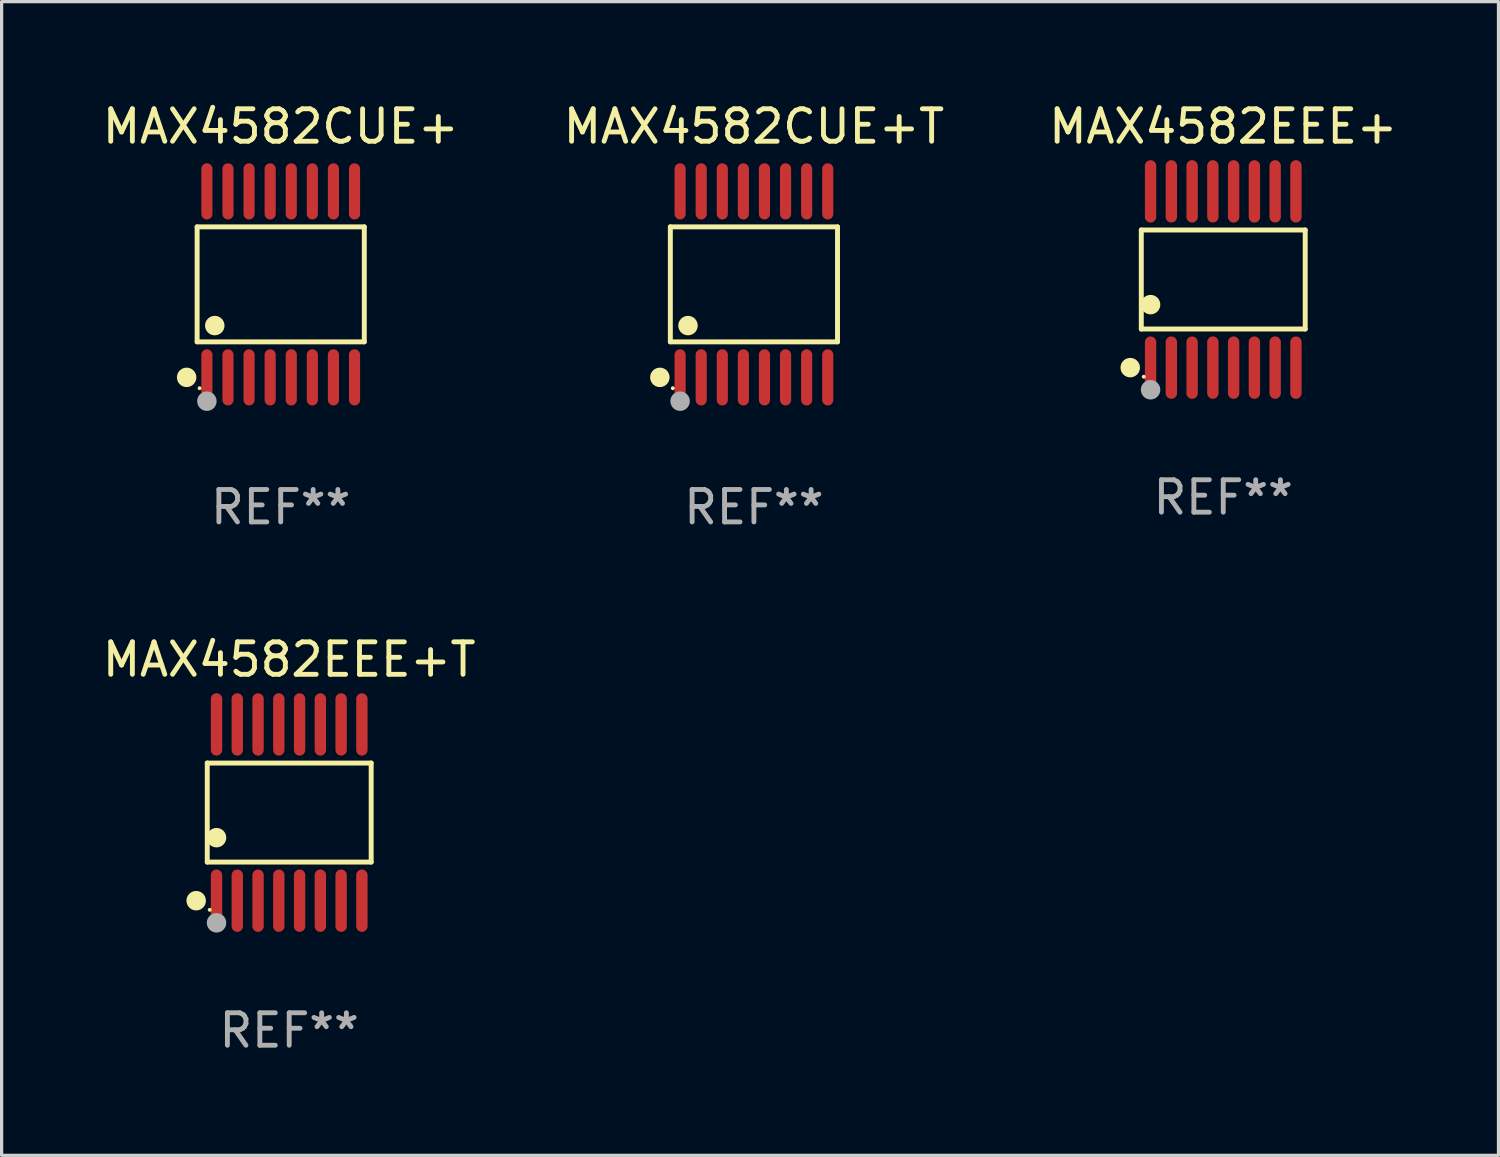
<source format=kicad_pcb>
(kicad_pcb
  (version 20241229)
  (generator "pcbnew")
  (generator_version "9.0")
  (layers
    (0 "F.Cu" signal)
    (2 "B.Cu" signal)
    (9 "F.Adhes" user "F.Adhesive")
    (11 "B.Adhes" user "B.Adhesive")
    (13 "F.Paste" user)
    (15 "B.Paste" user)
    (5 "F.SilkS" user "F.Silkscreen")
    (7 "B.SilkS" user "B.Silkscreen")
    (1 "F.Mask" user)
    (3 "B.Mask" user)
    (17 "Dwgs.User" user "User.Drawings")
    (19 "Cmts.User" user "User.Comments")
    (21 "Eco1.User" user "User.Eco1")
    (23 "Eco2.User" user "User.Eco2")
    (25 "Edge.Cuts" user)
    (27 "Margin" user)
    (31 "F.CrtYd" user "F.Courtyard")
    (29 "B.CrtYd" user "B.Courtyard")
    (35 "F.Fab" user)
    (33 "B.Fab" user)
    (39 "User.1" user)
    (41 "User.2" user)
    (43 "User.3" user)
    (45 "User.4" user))
  (footprint "MAX4582CUE+T"
    (layer "F.Cu")
    (at 20.185 5.714)
    (property "Reference" "MAX4582CUE+T" (at 0 -4.866 0) (layer "F.SilkS") (effects (font (size 1 1) (thickness 0.15))))
    (attr through_hole)
    (fp_line (start -2.576 -1.772) (end 2.576 -1.772) (stroke (width 0.152) (type solid)) (layer "F.SilkS"))
    (fp_line (start -2.576 1.771) (end -2.576 -1.772) (stroke (width 0.152) (type solid)) (layer "F.SilkS"))
    (fp_line (start 2.576 -1.772) (end 2.576 1.771) (stroke (width 0.152) (type solid)) (layer "F.SilkS"))
    (fp_line (start 2.576 1.771) (end -2.576 1.771) (stroke (width 0.152) (type solid)) (layer "F.SilkS"))
    (fp_circle (center -2.899 2.866) (end -2.749 2.866) (stroke (width 0.3) (type solid)) (fill no) (layer "F.SilkS"))
    (fp_circle (center -2.5 3.2) (end -2.47 3.2) (stroke (width 0.06) (type solid)) (fill no) (layer "F.SilkS"))
    (fp_circle (center -2.032 1.27) (end -1.882 1.27) (stroke (width 0.3) (type solid)) (fill no) (layer "F.SilkS"))
    (fp_circle (center -2.275 3.6) (end -2.125 3.6) (stroke (width 0.3) (type solid)) (fill no) (layer "F.Fab"))
    (fp_text user "REF**" (at 0 6.866 0) (layer "F.Fab") (effects (font (size 1 1) (thickness 0.15))))
    (pad "1" smd oval (at -2.275 2.866) (size 0.343 1.731) (layers "F.Cu" "F.Mask" "F.Paste"))
    (pad "2" smd oval (at -1.625 2.866) (size 0.343 1.731) (layers "F.Cu" "F.Mask" "F.Paste"))
    (pad "3" smd oval (at -0.975 2.866) (size 0.343 1.731) (layers "F.Cu" "F.Mask" "F.Paste"))
    (pad "4" smd oval (at -0.325 2.866) (size 0.343 1.731) (layers "F.Cu" "F.Mask" "F.Paste"))
    (pad "5" smd oval (at 0.325 2.866) (size 0.343 1.731) (layers "F.Cu" "F.Mask" "F.Paste"))
    (pad "6" smd oval (at 0.975 2.866) (size 0.343 1.731) (layers "F.Cu" "F.Mask" "F.Paste"))
    (pad "7" smd oval (at 1.625 2.866) (size 0.343 1.731) (layers "F.Cu" "F.Mask" "F.Paste"))
    (pad "8" smd oval (at 2.275 2.866) (size 0.343 1.731) (layers "F.Cu" "F.Mask" "F.Paste"))
    (pad "9" smd oval (at 2.275 -2.866) (size 0.343 1.731) (layers "F.Cu" "F.Mask" "F.Paste"))
    (pad "10" smd oval (at 1.625 -2.866) (size 0.343 1.731) (layers "F.Cu" "F.Mask" "F.Paste"))
    (pad "11" smd oval (at 0.975 -2.866) (size 0.343 1.731) (layers "F.Cu" "F.Mask" "F.Paste"))
    (pad "12" smd oval (at 0.325 -2.866) (size 0.343 1.731) (layers "F.Cu" "F.Mask" "F.Paste"))
    (pad "13" smd oval (at -0.325 -2.866) (size 0.343 1.731) (layers "F.Cu" "F.Mask" "F.Paste"))
    (pad "14" smd oval (at -0.975 -2.866) (size 0.343 1.731) (layers "F.Cu" "F.Mask" "F.Paste"))
    (pad "15" smd oval (at -1.625 -2.866) (size 0.343 1.731) (layers "F.Cu" "F.Mask" "F.Paste"))
    (pad "16" smd oval (at -2.275 -2.866) (size 0.343 1.731) (layers "F.Cu" "F.Mask" "F.Paste")))
  (footprint "MAX4582EEE+"
    (layer "F.Cu")
    (at 34.649 5.564)
    (property "Reference" "MAX4582EEE+" (at 0 -4.716 0) (layer "F.SilkS") (effects (font (size 1 1) (thickness 0.15))))
    (attr through_hole)
    (fp_line (start -2.526 -1.526) (end 2.526 -1.526) (stroke (width 0.152) (type solid)) (layer "F.SilkS"))
    (fp_line (start -2.526 1.526) (end -2.526 -1.526) (stroke (width 0.152) (type solid)) (layer "F.SilkS"))
    (fp_line (start 2.526 -1.526) (end 2.526 1.526) (stroke (width 0.152) (type solid)) (layer "F.SilkS"))
    (fp_line (start 2.526 1.526) (end -2.526 1.526) (stroke (width 0.152) (type solid)) (layer "F.SilkS"))
    (fp_circle (center -2.867 2.716) (end -2.717 2.716) (stroke (width 0.3) (type solid)) (fill no) (layer "F.SilkS"))
    (fp_circle (center -2.45 2.997) (end -2.42 2.997) (stroke (width 0.06) (type solid)) (fill no) (layer "F.SilkS"))
    (fp_circle (center -2.24 0.774) (end -2.09 0.774) (stroke (width 0.3) (type solid)) (fill no) (layer "F.SilkS"))
    (fp_circle (center -2.24 3.398) (end -2.09 3.398) (stroke (width 0.3) (type solid)) (fill no) (layer "F.Fab"))
    (fp_text user "REF**" (at 0 6.716 0) (layer "F.Fab") (effects (font (size 1 1) (thickness 0.15))))
    (pad "1" smd oval (at -2.24 2.716) (size 0.35 1.922) (layers "F.Cu" "F.Mask" "F.Paste"))
    (pad "2" smd oval (at -1.6 2.716) (size 0.35 1.922) (layers "F.Cu" "F.Mask" "F.Paste"))
    (pad "3" smd oval (at -0.96 2.716) (size 0.35 1.922) (layers "F.Cu" "F.Mask" "F.Paste"))
    (pad "4" smd oval (at -0.32 2.716) (size 0.35 1.922) (layers "F.Cu" "F.Mask" "F.Paste"))
    (pad "5" smd oval (at 0.32 2.716) (size 0.35 1.922) (layers "F.Cu" "F.Mask" "F.Paste"))
    (pad "6" smd oval (at 0.96 2.716) (size 0.35 1.922) (layers "F.Cu" "F.Mask" "F.Paste"))
    (pad "7" smd oval (at 1.6 2.716) (size 0.35 1.922) (layers "F.Cu" "F.Mask" "F.Paste"))
    (pad "8" smd oval (at 2.24 2.716) (size 0.35 1.922) (layers "F.Cu" "F.Mask" "F.Paste"))
    (pad "9" smd oval (at 2.24 -2.716) (size 0.35 1.922) (layers "F.Cu" "F.Mask" "F.Paste"))
    (pad "10" smd oval (at 1.6 -2.716) (size 0.35 1.922) (layers "F.Cu" "F.Mask" "F.Paste"))
    (pad "11" smd oval (at 0.96 -2.716) (size 0.35 1.922) (layers "F.Cu" "F.Mask" "F.Paste"))
    (pad "12" smd oval (at 0.32 -2.716) (size 0.35 1.922) (layers "F.Cu" "F.Mask" "F.Paste"))
    (pad "13" smd oval (at -0.32 -2.716) (size 0.35 1.922) (layers "F.Cu" "F.Mask" "F.Paste"))
    (pad "14" smd oval (at -0.96 -2.716) (size 0.35 1.922) (layers "F.Cu" "F.Mask" "F.Paste"))
    (pad "15" smd oval (at -1.6 -2.716) (size 0.35 1.922) (layers "F.Cu" "F.Mask" "F.Paste"))
    (pad "16" smd oval (at -2.24 -2.716) (size 0.35 1.922) (layers "F.Cu" "F.Mask" "F.Paste")))
  (footprint "MAX4582CUE+"
    (layer "F.Cu")
    (at 5.601 5.714)
    (property "Reference" "MAX4582CUE+" (at 0 -4.866 0) (layer "F.SilkS") (effects (font (size 1 1) (thickness 0.15))))
    (attr through_hole)
    (fp_line (start -2.576 -1.772) (end 2.576 -1.772) (stroke (width 0.152) (type solid)) (layer "F.SilkS"))
    (fp_line (start -2.576 1.771) (end -2.576 -1.772) (stroke (width 0.152) (type solid)) (layer "F.SilkS"))
    (fp_line (start 2.576 -1.772) (end 2.576 1.771) (stroke (width 0.152) (type solid)) (layer "F.SilkS"))
    (fp_line (start 2.576 1.771) (end -2.576 1.771) (stroke (width 0.152) (type solid)) (layer "F.SilkS"))
    (fp_circle (center -2.899 2.866) (end -2.749 2.866) (stroke (width 0.3) (type solid)) (fill no) (layer "F.SilkS"))
    (fp_circle (center -2.5 3.2) (end -2.47 3.2) (stroke (width 0.06) (type solid)) (fill no) (layer "F.SilkS"))
    (fp_circle (center -2.032 1.27) (end -1.882 1.27) (stroke (width 0.3) (type solid)) (fill no) (layer "F.SilkS"))
    (fp_circle (center -2.275 3.6) (end -2.125 3.6) (stroke (width 0.3) (type solid)) (fill no) (layer "F.Fab"))
    (fp_text user "REF**" (at 0 6.866 0) (layer "F.Fab") (effects (font (size 1 1) (thickness 0.15))))
    (pad "1" smd oval (at -2.275 2.866) (size 0.343 1.731) (layers "F.Cu" "F.Mask" "F.Paste"))
    (pad "2" smd oval (at -1.625 2.866) (size 0.343 1.731) (layers "F.Cu" "F.Mask" "F.Paste"))
    (pad "3" smd oval (at -0.975 2.866) (size 0.343 1.731) (layers "F.Cu" "F.Mask" "F.Paste"))
    (pad "4" smd oval (at -0.325 2.866) (size 0.343 1.731) (layers "F.Cu" "F.Mask" "F.Paste"))
    (pad "5" smd oval (at 0.325 2.866) (size 0.343 1.731) (layers "F.Cu" "F.Mask" "F.Paste"))
    (pad "6" smd oval (at 0.975 2.866) (size 0.343 1.731) (layers "F.Cu" "F.Mask" "F.Paste"))
    (pad "7" smd oval (at 1.625 2.866) (size 0.343 1.731) (layers "F.Cu" "F.Mask" "F.Paste"))
    (pad "8" smd oval (at 2.275 2.866) (size 0.343 1.731) (layers "F.Cu" "F.Mask" "F.Paste"))
    (pad "9" smd oval (at 2.275 -2.866) (size 0.343 1.731) (layers "F.Cu" "F.Mask" "F.Paste"))
    (pad "10" smd oval (at 1.625 -2.866) (size 0.343 1.731) (layers "F.Cu" "F.Mask" "F.Paste"))
    (pad "11" smd oval (at 0.975 -2.866) (size 0.343 1.731) (layers "F.Cu" "F.Mask" "F.Paste"))
    (pad "12" smd oval (at 0.325 -2.866) (size 0.343 1.731) (layers "F.Cu" "F.Mask" "F.Paste"))
    (pad "13" smd oval (at -0.325 -2.866) (size 0.343 1.731) (layers "F.Cu" "F.Mask" "F.Paste"))
    (pad "14" smd oval (at -0.975 -2.866) (size 0.343 1.731) (layers "F.Cu" "F.Mask" "F.Paste"))
    (pad "15" smd oval (at -1.625 -2.866) (size 0.343 1.731) (layers "F.Cu" "F.Mask" "F.Paste"))
    (pad "16" smd oval (at -2.275 -2.866) (size 0.343 1.731) (layers "F.Cu" "F.Mask" "F.Paste")))
  (footprint "MAX4582EEE+T"
    (layer "F.Cu")
    (at 5.863 21.992)
    (property "Reference" "MAX4582EEE+T" (at 0 -4.716 0) (layer "F.SilkS") (effects (font (size 1 1) (thickness 0.15))))
    (attr through_hole)
    (fp_line (start -2.526 -1.526) (end 2.526 -1.526) (stroke (width 0.152) (type solid)) (layer "F.SilkS"))
    (fp_line (start -2.526 1.526) (end -2.526 -1.526) (stroke (width 0.152) (type solid)) (layer "F.SilkS"))
    (fp_line (start 2.526 -1.526) (end 2.526 1.526) (stroke (width 0.152) (type solid)) (layer "F.SilkS"))
    (fp_line (start 2.526 1.526) (end -2.526 1.526) (stroke (width 0.152) (type solid)) (layer "F.SilkS"))
    (fp_circle (center -2.867 2.716) (end -2.717 2.716) (stroke (width 0.3) (type solid)) (fill no) (layer "F.SilkS"))
    (fp_circle (center -2.45 2.997) (end -2.42 2.997) (stroke (width 0.06) (type solid)) (fill no) (layer "F.SilkS"))
    (fp_circle (center -2.24 0.774) (end -2.09 0.774) (stroke (width 0.3) (type solid)) (fill no) (layer "F.SilkS"))
    (fp_circle (center -2.24 3.398) (end -2.09 3.398) (stroke (width 0.3) (type solid)) (fill no) (layer "F.Fab"))
    (fp_text user "REF**" (at 0 6.716 0) (layer "F.Fab") (effects (font (size 1 1) (thickness 0.15))))
    (pad "1" smd oval (at -2.24 2.716) (size 0.35 1.922) (layers "F.Cu" "F.Mask" "F.Paste"))
    (pad "2" smd oval (at -1.6 2.716) (size 0.35 1.922) (layers "F.Cu" "F.Mask" "F.Paste"))
    (pad "3" smd oval (at -0.96 2.716) (size 0.35 1.922) (layers "F.Cu" "F.Mask" "F.Paste"))
    (pad "4" smd oval (at -0.32 2.716) (size 0.35 1.922) (layers "F.Cu" "F.Mask" "F.Paste"))
    (pad "5" smd oval (at 0.32 2.716) (size 0.35 1.922) (layers "F.Cu" "F.Mask" "F.Paste"))
    (pad "6" smd oval (at 0.96 2.716) (size 0.35 1.922) (layers "F.Cu" "F.Mask" "F.Paste"))
    (pad "7" smd oval (at 1.6 2.716) (size 0.35 1.922) (layers "F.Cu" "F.Mask" "F.Paste"))
    (pad "8" smd oval (at 2.24 2.716) (size 0.35 1.922) (layers "F.Cu" "F.Mask" "F.Paste"))
    (pad "9" smd oval (at 2.24 -2.716) (size 0.35 1.922) (layers "F.Cu" "F.Mask" "F.Paste"))
    (pad "10" smd oval (at 1.6 -2.716) (size 0.35 1.922) (layers "F.Cu" "F.Mask" "F.Paste"))
    (pad "11" smd oval (at 0.96 -2.716) (size 0.35 1.922) (layers "F.Cu" "F.Mask" "F.Paste"))
    (pad "12" smd oval (at 0.32 -2.716) (size 0.35 1.922) (layers "F.Cu" "F.Mask" "F.Paste"))
    (pad "13" smd oval (at -0.32 -2.716) (size 0.35 1.922) (layers "F.Cu" "F.Mask" "F.Paste"))
    (pad "14" smd oval (at -0.96 -2.716) (size 0.35 1.922) (layers "F.Cu" "F.Mask" "F.Paste"))
    (pad "15" smd oval (at -1.6 -2.716) (size 0.35 1.922) (layers "F.Cu" "F.Mask" "F.Paste"))
    (pad "16" smd oval (at -2.24 -2.716) (size 0.35 1.922) (layers "F.Cu" "F.Mask" "F.Paste")))
  (gr_rect
    (start -3 -3)
    (end 43.131 32.556)
    (stroke (width 0.1) (type default))
    (fill no)
    (layer "Edge.Cuts")))
</source>
